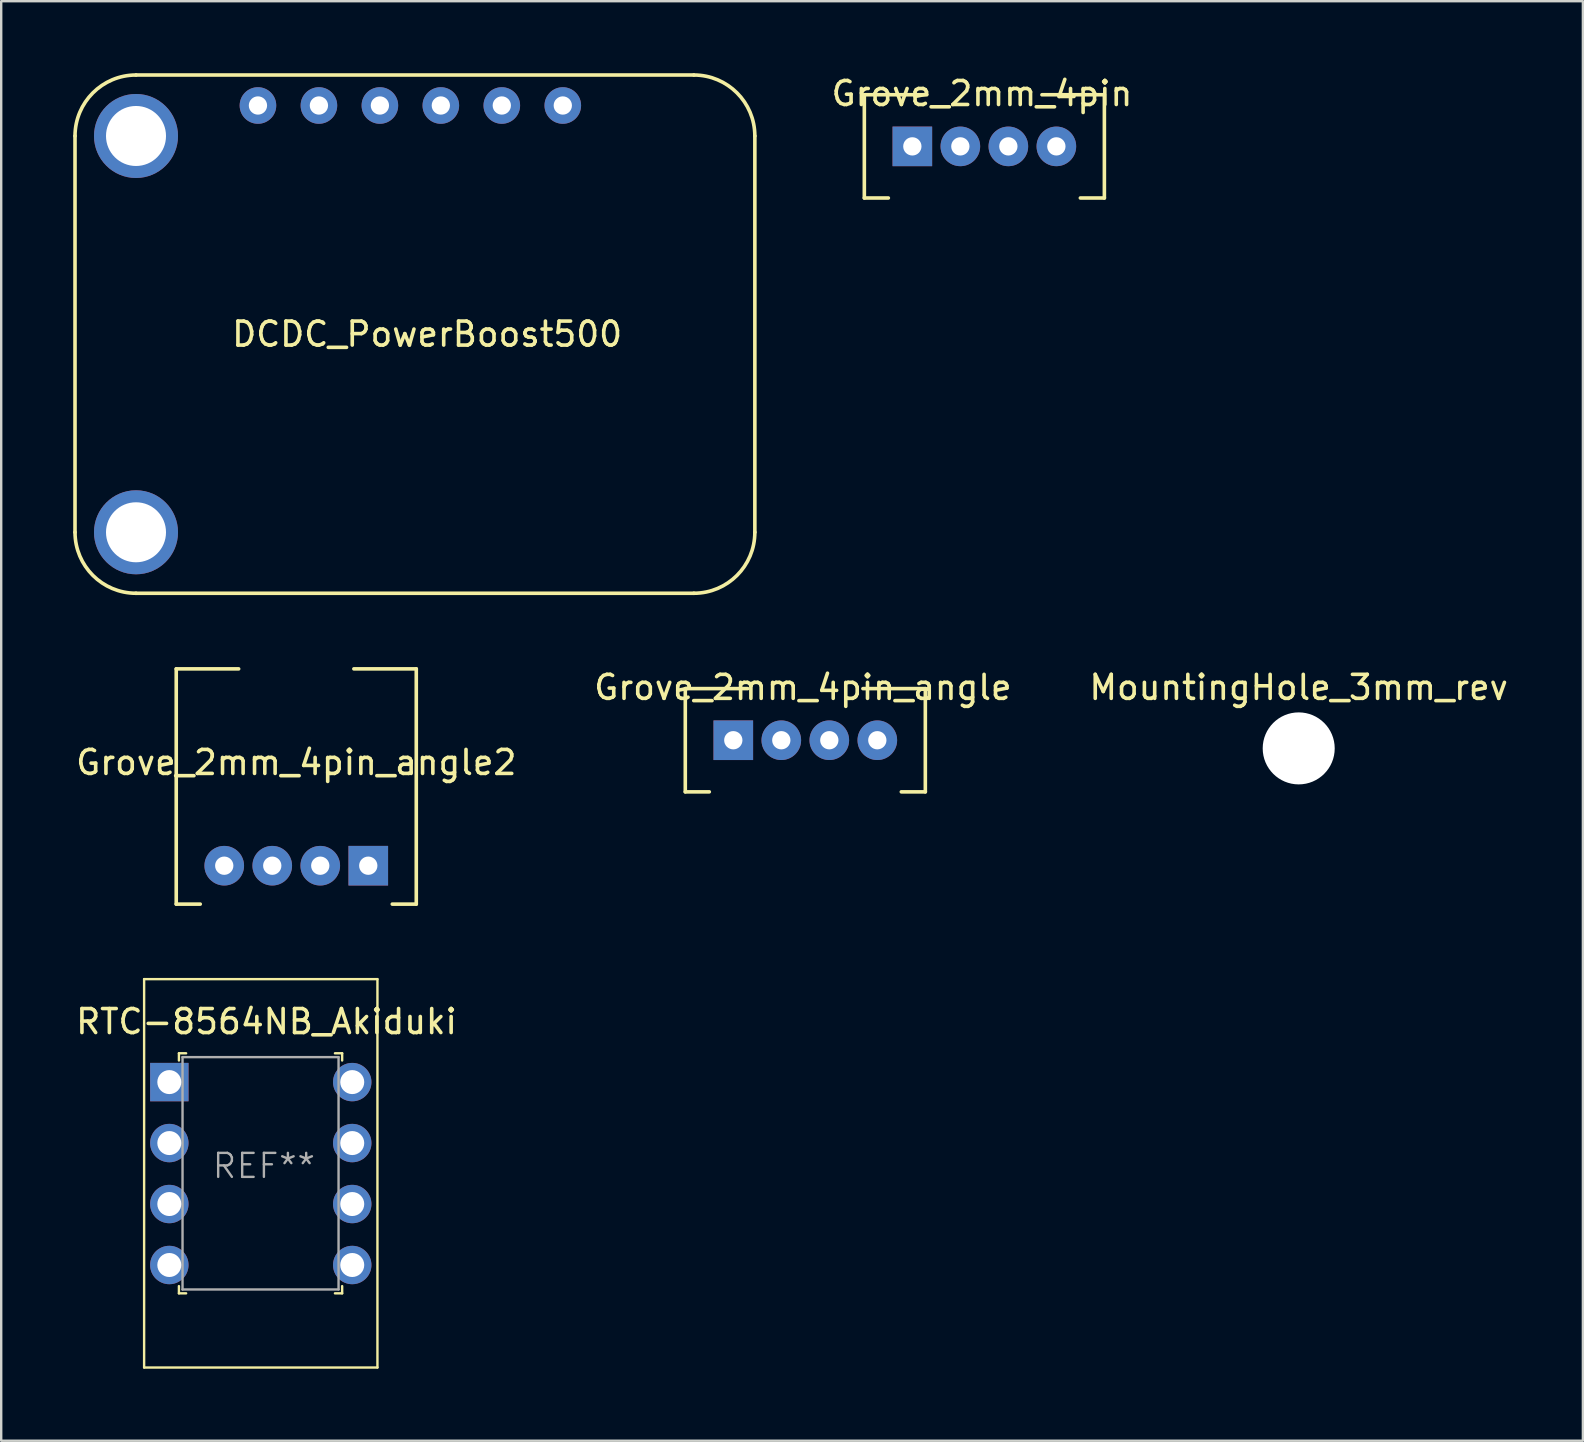
<source format=kicad_pcb>
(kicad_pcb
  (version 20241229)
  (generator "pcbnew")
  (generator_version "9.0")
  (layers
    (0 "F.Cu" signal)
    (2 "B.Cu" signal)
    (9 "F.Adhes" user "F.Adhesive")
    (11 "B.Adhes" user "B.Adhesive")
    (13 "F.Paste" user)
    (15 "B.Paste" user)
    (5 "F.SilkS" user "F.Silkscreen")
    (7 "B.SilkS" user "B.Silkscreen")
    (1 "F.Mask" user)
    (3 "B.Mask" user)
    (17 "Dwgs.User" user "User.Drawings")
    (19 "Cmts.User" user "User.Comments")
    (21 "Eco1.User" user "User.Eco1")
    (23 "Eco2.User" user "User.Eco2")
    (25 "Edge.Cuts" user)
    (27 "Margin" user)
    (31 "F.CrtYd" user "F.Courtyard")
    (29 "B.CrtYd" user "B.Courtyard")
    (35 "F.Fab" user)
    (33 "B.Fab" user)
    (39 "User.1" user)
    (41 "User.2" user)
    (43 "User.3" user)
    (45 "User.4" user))
  (footprint "RTC-8564NB_Akiduki"
    (layer "F.Cu")
    (at 4.004 42.03)
    (property "Reference" "RTC-8564NB_Akiduki" (at 4.05 -2.52 0) (layer "F.SilkS") (effects (font (size 1 1) (thickness 0.15))))
    (attr through_hole)
    (fp_line (start -1.05 -4.29) (end -1.05 11.89) (stroke (width 0.1) (type solid)) (layer "F.SilkS"))
    (fp_line (start -1.05 -4.29) (end 8.67 -4.29) (stroke (width 0.1) (type solid)) (layer "F.SilkS"))
    (fp_line (start -1.05 11.89) (end 8.67 11.89) (stroke (width 0.1) (type solid)) (layer "F.SilkS"))
    (fp_line (start 0.4 -1.2) (end 0.7 -1.2) (stroke (width 0.1) (type solid)) (layer "F.SilkS"))
    (fp_line (start 0.4 -0.9) (end 0.4 -1.2) (stroke (width 0.1) (type solid)) (layer "F.SilkS"))
    (fp_line (start 0.4 8.5) (end 0.4 8.8) (stroke (width 0.1) (type solid)) (layer "F.SilkS"))
    (fp_line (start 0.4 8.8) (end 0.7 8.8) (stroke (width 0.1) (type solid)) (layer "F.SilkS"))
    (fp_line (start 7.2 -1.2) (end 6.9 -1.2) (stroke (width 0.1) (type solid)) (layer "F.SilkS"))
    (fp_line (start 7.2 -0.9) (end 7.2 -1.2) (stroke (width 0.1) (type solid)) (layer "F.SilkS"))
    (fp_line (start 7.2 8.5) (end 7.2 8.8) (stroke (width 0.1) (type solid)) (layer "F.SilkS"))
    (fp_line (start 7.2 8.8) (end 6.9 8.8) (stroke (width 0.1) (type solid)) (layer "F.SilkS"))
    (fp_line (start 8.67 -4.29) (end 8.67 11.89) (stroke (width 0.1) (type solid)) (layer "F.SilkS"))
    (fp_line (start 0.55 -1.04) (end 0.55 8.64) (stroke (width 0.1) (type solid)) (layer "F.Fab"))
    (fp_line (start 0.55 -1.04) (end 7.05 -1.04) (stroke (width 0.1) (type solid)) (layer "F.Fab"))
    (fp_line (start 0.55 8.64) (end 7.05 8.64) (stroke (width 0.1) (type solid)) (layer "F.Fab"))
    (fp_line (start 7.05 -1.04) (end 7.05 8.64) (stroke (width 0.1) (type solid)) (layer "F.Fab"))
    (fp_text user "REF**" (at 3.94 3.49 0) (layer "F.Fab") (effects (font (size 1 1) (thickness 0.1))))
    (pad "1" thru_hole rect (at 0 0) (size 1.6 1.6) (drill 1) (layers "*.Cu" "*.Mask"))
    (pad "2" thru_hole circle (at 0 2.54) (size 1.6 1.6) (drill 1) (layers "*.Cu" "*.Mask"))
    (pad "3" thru_hole circle (at 0 5.08) (size 1.6 1.6) (drill 1) (layers "*.Cu" "*.Mask"))
    (pad "4" thru_hole circle (at 0 7.62) (size 1.6 1.6) (drill 1) (layers "*.Cu" "*.Mask"))
    (pad "5" thru_hole circle (at 7.62 0) (size 1.6 1.6) (drill 1) (layers "*.Cu" "*.Mask"))
    (pad "6" thru_hole circle (at 7.62 2.54) (size 1.6 1.6) (drill 1) (layers "*.Cu" "*.Mask"))
    (pad "7" thru_hole circle (at 7.62 5.08) (size 1.6 1.6) (drill 1) (layers "*.Cu" "*.Mask"))
    (pad "8" thru_hole circle (at 7.62 7.62) (size 1.6 1.6) (drill 1) (layers "*.Cu" "*.Mask")))
  (footprint "Grove_2mm_4pin_angle2"
    (layer "F.Cu")
    (at 9.292 33.015)
    (property "Reference" "Grove_2mm_4pin_angle2" (at 0 -4.3 0) (layer "F.SilkS") (effects (font (size 1 1) (thickness 0.15))))
    (attr through_hole)
    (fp_line (start -5 -8.2) (end -5 1.6) (stroke (width 0.15) (type solid)) (layer "F.SilkS"))
    (fp_line (start -5 -8.2) (end -2.4 -8.2) (stroke (width 0.15) (type solid)) (layer "F.SilkS"))
    (fp_line (start -5 1.6) (end -4 1.6) (stroke (width 0.15) (type solid)) (layer "F.SilkS"))
    (fp_line (start 5 -8.2) (end 2.4 -8.2) (stroke (width 0.15) (type solid)) (layer "F.SilkS"))
    (fp_line (start 5 -8.2) (end 5 1.6) (stroke (width 0.15) (type solid)) (layer "F.SilkS"))
    (fp_line (start 5 1.6) (end 4 1.6) (stroke (width 0.15) (type solid)) (layer "F.SilkS"))
    (pad "1" thru_hole rect (at 3 0) (size 1.65 1.65) (drill 0.762) (layers "*.Cu" "*.Mask"))
    (pad "2" thru_hole circle (at 1 0) (size 1.65 1.65) (drill 0.762) (layers "*.Cu" "*.Mask"))
    (pad "3" thru_hole circle (at -1 0) (size 1.65 1.65) (drill 0.762) (layers "*.Cu" "*.Mask"))
    (pad "4" thru_hole circle (at -3 0) (size 1.65 1.65) (drill 0.762) (layers "*.Cu" "*.Mask")))
  (footprint "DCDC_PowerBoost500"
    (layer "F.Cu")
    (at 14.236 10.87)
    (property "Reference" "DCDC_PowerBoost500" (at 0.508 0 0) (layer "F.SilkS") (effects (font (size 1 1) (thickness 0.15))))
    (attr through_hole)
    (fp_line (start -14.161 -8.255) (end -14.161 8.255) (stroke (width 0.15) (type solid)) (layer "F.SilkS"))
    (fp_line (start -11.62 -10.795) (end 11.62 -10.795) (stroke (width 0.15) (type solid)) (layer "F.SilkS"))
    (fp_line (start -11.62 10.795) (end 11.62 10.795) (stroke (width 0.15) (type solid)) (layer "F.SilkS"))
    (fp_line (start 14.161 -8.255) (end 14.161 8.255) (stroke (width 0.15) (type solid)) (layer "F.SilkS"))
    (fp_arc (start -14.1605 -8.255) (mid -13.416551 -10.051051) (end -11.6205 -10.795) (stroke (width 0.15) (type solid)) (layer "F.SilkS"))
    (fp_arc (start -11.6205 10.795) (mid -13.416551 10.051051) (end -14.1605 8.255) (stroke (width 0.15) (type solid)) (layer "F.SilkS"))
    (fp_arc (start 11.6205 -10.795) (mid 13.416551 -10.051051) (end 14.1605 -8.255) (stroke (width 0.15) (type solid)) (layer "F.SilkS"))
    (fp_arc (start 14.1605 8.255) (mid 13.416551 10.051051) (end 11.6205 10.795) (stroke (width 0.15) (type solid)) (layer "F.SilkS"))
    (pad "$1" thru_hole circle (at -11.62 -8.255) (size 3.5 3.5) (drill 2.5) (layers "*.Cu" "*.Mask"))
    (pad "$1" thru_hole circle (at -11.62 8.255) (size 3.5 3.5) (drill 2.5) (layers "*.Cu" "*.Mask"))
    (pad "1" thru_hole circle (at -6.54 -9.525) (size 1.524 1.524) (drill 0.762) (layers "*.Cu" "*.Mask"))
    (pad "2" thru_hole circle (at -4 -9.525) (size 1.524 1.524) (drill 0.762) (layers "*.Cu" "*.Mask"))
    (pad "3" thru_hole circle (at -1.46 -9.525) (size 1.524 1.524) (drill 0.762) (layers "*.Cu" "*.Mask"))
    (pad "4" thru_hole circle (at 1.079 -9.525) (size 1.524 1.524) (drill 0.762) (layers "*.Cu" "*.Mask"))
    (pad "5" thru_hole circle (at 3.619 -9.525) (size 1.524 1.524) (drill 0.762) (layers "*.Cu" "*.Mask"))
    (pad "6" thru_hole circle (at 6.16 -9.525) (size 1.524 1.524) (drill 0.762) (layers "*.Cu" "*.Mask")))
  (footprint "Grove_2mm_4pin_angle"
    (layer "F.Cu")
    (at 30.499 27.788)
    (property "Reference" "Grove_2mm_4pin_angle" (at -0.1 -2.2 0) (layer "F.SilkS") (effects (font (size 1 1) (thickness 0.15))))
    (attr through_hole)
    (fp_line (start -5 -2.15) (end -5 2.15) (stroke (width 0.15) (type solid)) (layer "F.SilkS"))
    (fp_line (start -5 -2.15) (end -2.4 -2.15) (stroke (width 0.15) (type solid)) (layer "F.SilkS"))
    (fp_line (start -5 2.15) (end -4 2.15) (stroke (width 0.15) (type solid)) (layer "F.SilkS"))
    (fp_line (start 5 -2.15) (end 2.4 -2.15) (stroke (width 0.15) (type solid)) (layer "F.SilkS"))
    (fp_line (start 5 -2.15) (end 5 2.15) (stroke (width 0.15) (type solid)) (layer "F.SilkS"))
    (fp_line (start 5 2.15) (end 4 2.15) (stroke (width 0.15) (type solid)) (layer "F.SilkS"))
    (pad "1" thru_hole rect (at -3 0) (size 1.65 1.65) (drill 0.762) (layers "*.Cu" "*.Mask"))
    (pad "2" thru_hole circle (at -1 0) (size 1.65 1.65) (drill 0.762) (layers "*.Cu" "*.Mask"))
    (pad "3" thru_hole circle (at 1 0) (size 1.65 1.65) (drill 0.762) (layers "*.Cu" "*.Mask"))
    (pad "4" thru_hole circle (at 3 0) (size 1.65 1.65) (drill 0.762) (layers "*.Cu" "*.Mask")))
  (footprint "Grove_2mm_4pin"
    (layer "F.Cu")
    (at 37.958 3.048)
    (property "Reference" "Grove_2mm_4pin" (at -0.1 -2.2 0) (layer "F.SilkS") (effects (font (size 1 1) (thickness 0.15))))
    (attr through_hole)
    (fp_line (start -5 -2.15) (end -5 2.15) (stroke (width 0.15) (type solid)) (layer "F.SilkS"))
    (fp_line (start -5 -2.15) (end -2.4 -2.15) (stroke (width 0.15) (type solid)) (layer "F.SilkS"))
    (fp_line (start -5 2.15) (end -4 2.15) (stroke (width 0.15) (type solid)) (layer "F.SilkS"))
    (fp_line (start 5 -2.15) (end 2.4 -2.15) (stroke (width 0.15) (type solid)) (layer "F.SilkS"))
    (fp_line (start 5 -2.15) (end 5 2.15) (stroke (width 0.15) (type solid)) (layer "F.SilkS"))
    (fp_line (start 5 2.15) (end 4 2.15) (stroke (width 0.15) (type solid)) (layer "F.SilkS"))
    (pad "1" thru_hole rect (at -3 0) (size 1.65 1.65) (drill 0.762) (layers "*.Cu" "*.Mask"))
    (pad "2" thru_hole circle (at -1 0) (size 1.65 1.65) (drill 0.762) (layers "*.Cu" "*.Mask"))
    (pad "3" thru_hole circle (at 1 0) (size 1.65 1.65) (drill 0.762) (layers "*.Cu" "*.Mask"))
    (pad "4" thru_hole circle (at 3 0) (size 1.65 1.65) (drill 0.762) (layers "*.Cu" "*.Mask")))
  (footprint "MountingHole_3mm_rev"
    (layer "F.Cu")
    (at 51.054 28.128)
    (property "Reference" "MountingHole_3mm_rev" (at 0 -2.54 0) (layer "F.SilkS") (effects (font (size 1 1) (thickness 0.15))))
    (attr exclude_from_pos_files exclude_from_bom)
    (pad "" np_thru_hole circle (at 0 0) (size 3 3) (drill 3) (layers "*.Cu" "*.Mask")))
  (gr_rect
    (start -3 -3)
    (end 62.893 56.97)
    (stroke (width 0.1) (type default))
    (fill no)
    (layer "Edge.Cuts")))
</source>
